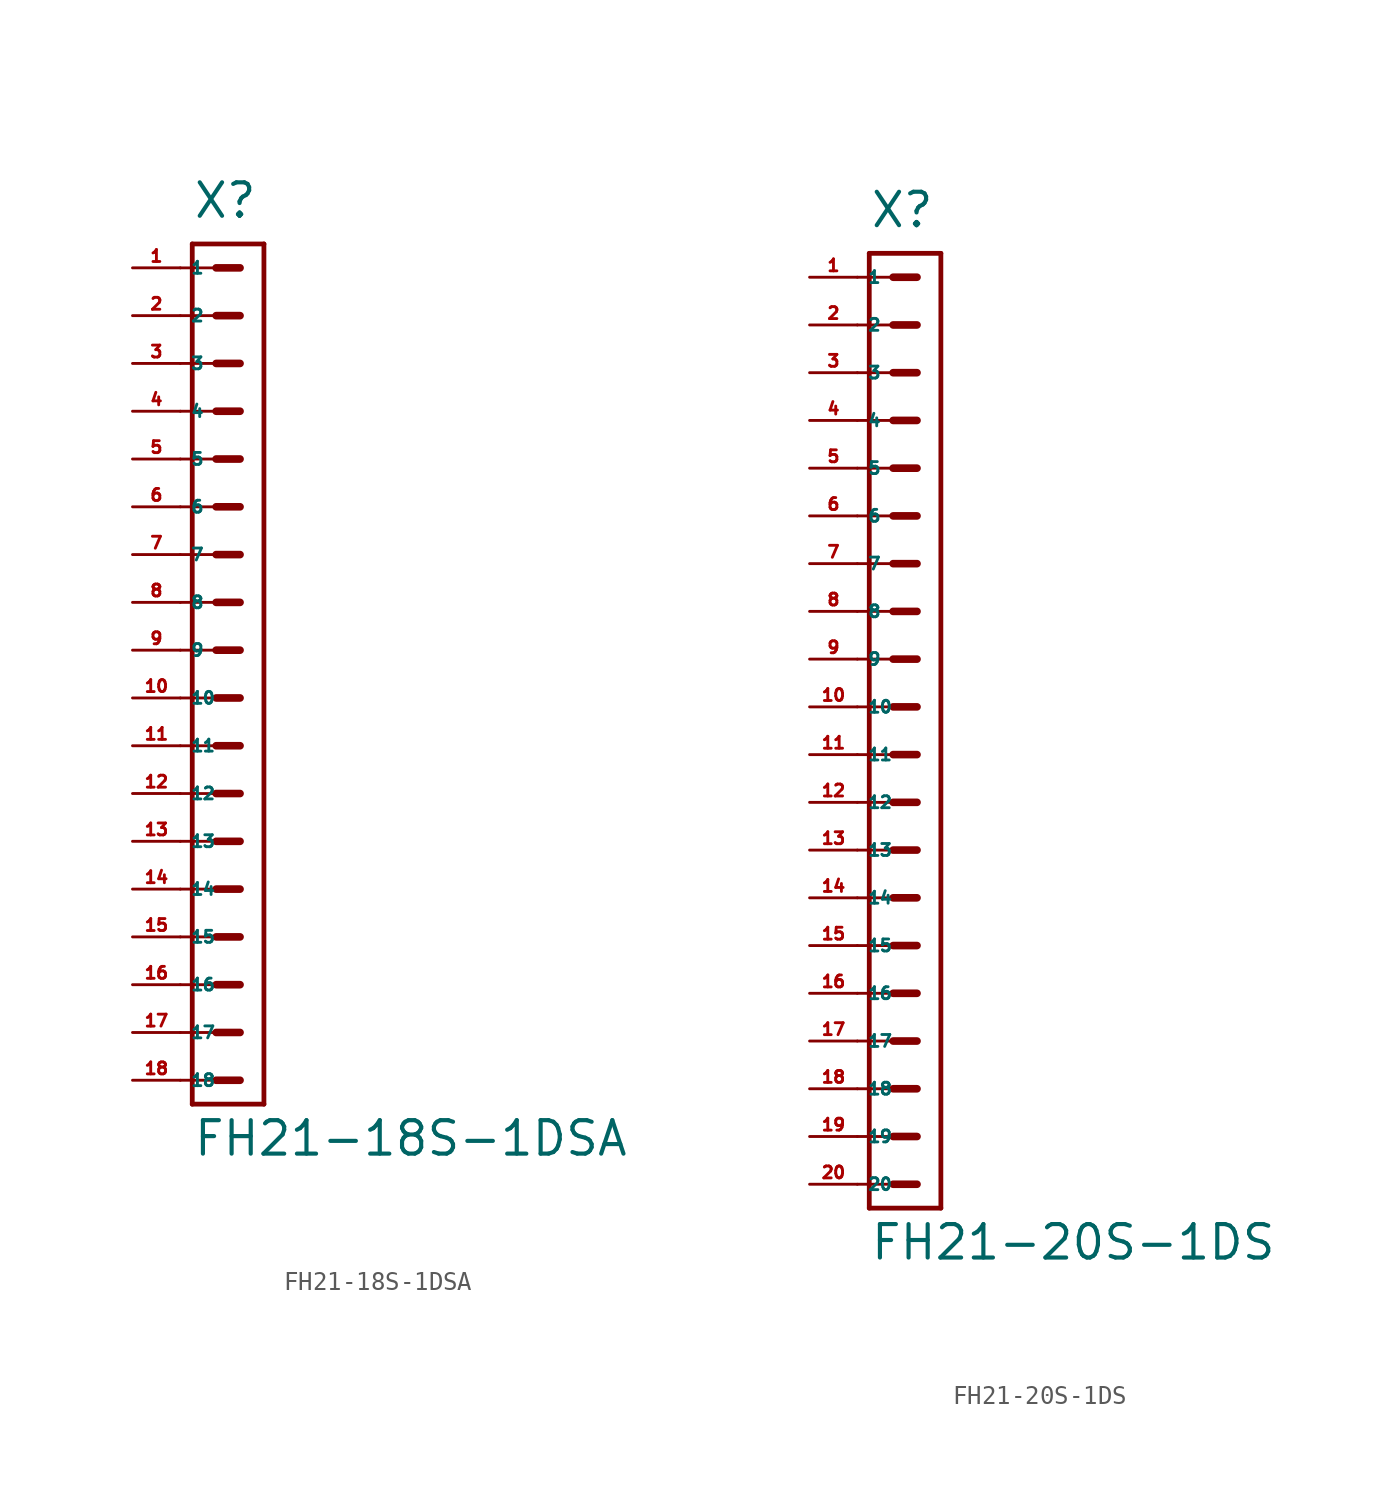
<source format=kicad_sym>
(kicad_symbol_lib
  (version 20220914)
  (generator Eagle2Kicad)
  (symbol "FH21-18S-1DSA"
    (property "Reference" "X"
      (at -1.905 22.86 0)
      (effects (font (size 1.778 1.778) (thickness 0.22)) (justify left bottom)))
    (property "Value" "FH21-18S-1DSA"
      (at -1.905 -26.988 0)
      (effects (font (size 1.778 1.778) (thickness 0.22)) (justify left bottom)))
    (polyline
      (pts (xy 1.905 21.59) (xy -1.905 21.59))
      (stroke (width 0.254) (type default))
      (fill (type none)))
    (polyline
      (pts (xy -1.905 -24.13) (xy -1.905 21.59))
      (stroke (width 0.254) (type default))
      (fill (type none)))
    (polyline
      (pts (xy -1.905 -24.13) (xy 1.905 -24.13))
      (stroke (width 0.254) (type default))
      (fill (type none)))
    (polyline
      (pts (xy 1.905 21.59) (xy 1.905 -24.13))
      (stroke (width 0.254) (type default))
      (fill (type none)))
    (polyline
      (pts (xy -2.54 20.32) (xy -0.635 20.32))
      (stroke (width 0.152) (type default))
      (fill (type none)))
    (polyline
      (pts (xy -2.54 17.78) (xy -0.635 17.78))
      (stroke (width 0.152) (type default))
      (fill (type none)))
    (polyline
      (pts (xy -2.54 15.24) (xy -0.635 15.24))
      (stroke (width 0.152) (type default))
      (fill (type none)))
    (polyline
      (pts (xy -2.54 12.7) (xy -0.635 12.7))
      (stroke (width 0.152) (type default))
      (fill (type none)))
    (polyline
      (pts (xy -2.54 10.16) (xy -0.635 10.16))
      (stroke (width 0.152) (type default))
      (fill (type none)))
    (polyline
      (pts (xy -2.54 7.62) (xy -0.635 7.62))
      (stroke (width 0.152) (type default))
      (fill (type none)))
    (polyline
      (pts (xy -0.635 20.32) (xy 0.635 20.32))
      (stroke (width 0.406) (type default))
      (fill (type none)))
    (polyline
      (pts (xy -0.635 17.78) (xy 0.635 17.78))
      (stroke (width 0.406) (type default))
      (fill (type none)))
    (polyline
      (pts (xy -0.635 15.24) (xy 0.635 15.24))
      (stroke (width 0.406) (type default))
      (fill (type none)))
    (polyline
      (pts (xy -0.635 12.7) (xy 0.635 12.7))
      (stroke (width 0.406) (type default))
      (fill (type none)))
    (polyline
      (pts (xy -0.635 10.16) (xy 0.635 10.16))
      (stroke (width 0.406) (type default))
      (fill (type none)))
    (polyline
      (pts (xy -0.635 7.62) (xy 0.635 7.62))
      (stroke (width 0.406) (type default))
      (fill (type none)))
    (polyline
      (pts (xy -2.54 5.08) (xy -0.635 5.08))
      (stroke (width 0.152) (type default))
      (fill (type none)))
    (polyline
      (pts (xy -2.54 2.54) (xy -0.635 2.54))
      (stroke (width 0.152) (type default))
      (fill (type none)))
    (polyline
      (pts (xy -0.635 5.08) (xy 0.635 5.08))
      (stroke (width 0.406) (type default))
      (fill (type none)))
    (polyline
      (pts (xy -0.635 2.54) (xy 0.635 2.54))
      (stroke (width 0.406) (type default))
      (fill (type none)))
    (polyline
      (pts (xy -2.54 0) (xy -0.635 0))
      (stroke (width 0.152) (type default))
      (fill (type none)))
    (polyline
      (pts (xy -2.54 -2.54) (xy -0.635 -2.54))
      (stroke (width 0.152) (type default))
      (fill (type none)))
    (polyline
      (pts (xy -0.635 0) (xy 0.635 0))
      (stroke (width 0.406) (type default))
      (fill (type none)))
    (polyline
      (pts (xy -0.635 -2.54) (xy 0.635 -2.54))
      (stroke (width 0.406) (type default))
      (fill (type none)))
    (polyline
      (pts (xy -2.54 -5.08) (xy -0.635 -5.08))
      (stroke (width 0.152) (type default))
      (fill (type none)))
    (polyline
      (pts (xy -2.54 -7.62) (xy -0.635 -7.62))
      (stroke (width 0.152) (type default))
      (fill (type none)))
    (polyline
      (pts (xy -0.635 -5.08) (xy 0.635 -5.08))
      (stroke (width 0.406) (type default))
      (fill (type none)))
    (polyline
      (pts (xy -0.635 -7.62) (xy 0.635 -7.62))
      (stroke (width 0.406) (type default))
      (fill (type none)))
    (polyline
      (pts (xy -2.54 -10.16) (xy -0.635 -10.16))
      (stroke (width 0.152) (type default))
      (fill (type none)))
    (polyline
      (pts (xy -2.54 -12.7) (xy -0.635 -12.7))
      (stroke (width 0.152) (type default))
      (fill (type none)))
    (polyline
      (pts (xy -0.635 -10.16) (xy 0.635 -10.16))
      (stroke (width 0.406) (type default))
      (fill (type none)))
    (polyline
      (pts (xy -0.635 -12.7) (xy 0.635 -12.7))
      (stroke (width 0.406) (type default))
      (fill (type none)))
    (polyline
      (pts (xy -2.54 -15.24) (xy -0.635 -15.24))
      (stroke (width 0.152) (type default))
      (fill (type none)))
    (polyline
      (pts (xy -2.54 -17.78) (xy -0.635 -17.78))
      (stroke (width 0.152) (type default))
      (fill (type none)))
    (polyline
      (pts (xy -0.635 -15.24) (xy 0.635 -15.24))
      (stroke (width 0.406) (type default))
      (fill (type none)))
    (polyline
      (pts (xy -0.635 -17.78) (xy 0.635 -17.78))
      (stroke (width 0.406) (type default))
      (fill (type none)))
    (polyline
      (pts (xy -2.54 -20.32) (xy -0.635 -20.32))
      (stroke (width 0.152) (type default))
      (fill (type none)))
    (polyline
      (pts (xy -2.54 -22.86) (xy -0.635 -22.86))
      (stroke (width 0.152) (type default))
      (fill (type none)))
    (polyline
      (pts (xy -0.635 -20.32) (xy 0.635 -20.32))
      (stroke (width 0.406) (type default))
      (fill (type none)))
    (polyline
      (pts (xy -0.635 -22.86) (xy 0.635 -22.86))
      (stroke (width 0.406) (type default))
      (fill (type none)))
    (pin passive line
      (at -5.08 20.32 0)
      (length 2.54)
      (name "1" (effects (font (size 0.635 0.635) (thickness 0.08)) (justify left bottom)))
      (number "1" (effects (font (size 0.635 0.635) (thickness 0.08)) (justify left bottom))))
    (pin passive line
      (at -5.08 17.78 0)
      (length 2.54)
      (name "2" (effects (font (size 0.635 0.635) (thickness 0.08)) (justify left bottom)))
      (number "2" (effects (font (size 0.635 0.635) (thickness 0.08)) (justify left bottom))))
    (pin passive line
      (at -5.08 15.24 0)
      (length 2.54)
      (name "3" (effects (font (size 0.635 0.635) (thickness 0.08)) (justify left bottom)))
      (number "3" (effects (font (size 0.635 0.635) (thickness 0.08)) (justify left bottom))))
    (pin passive line
      (at -5.08 12.7 0)
      (length 2.54)
      (name "4" (effects (font (size 0.635 0.635) (thickness 0.08)) (justify left bottom)))
      (number "4" (effects (font (size 0.635 0.635) (thickness 0.08)) (justify left bottom))))
    (pin passive line
      (at -5.08 10.16 0)
      (length 2.54)
      (name "5" (effects (font (size 0.635 0.635) (thickness 0.08)) (justify left bottom)))
      (number "5" (effects (font (size 0.635 0.635) (thickness 0.08)) (justify left bottom))))
    (pin passive line
      (at -5.08 7.62 0)
      (length 2.54)
      (name "6" (effects (font (size 0.635 0.635) (thickness 0.08)) (justify left bottom)))
      (number "6" (effects (font (size 0.635 0.635) (thickness 0.08)) (justify left bottom))))
    (pin passive line
      (at -5.08 5.08 0)
      (length 2.54)
      (name "7" (effects (font (size 0.635 0.635) (thickness 0.08)) (justify left bottom)))
      (number "7" (effects (font (size 0.635 0.635) (thickness 0.08)) (justify left bottom))))
    (pin passive line
      (at -5.08 2.54 0)
      (length 2.54)
      (name "8" (effects (font (size 0.635 0.635) (thickness 0.08)) (justify left bottom)))
      (number "8" (effects (font (size 0.635 0.635) (thickness 0.08)) (justify left bottom))))
    (pin passive line
      (at -5.08 0 0)
      (length 2.54)
      (name "9" (effects (font (size 0.635 0.635) (thickness 0.08)) (justify left bottom)))
      (number "9" (effects (font (size 0.635 0.635) (thickness 0.08)) (justify left bottom))))
    (pin passive line
      (at -5.08 -2.54 0)
      (length 2.54)
      (name "10" (effects (font (size 0.635 0.635) (thickness 0.08)) (justify left bottom)))
      (number "10" (effects (font (size 0.635 0.635) (thickness 0.08)) (justify left bottom))))
    (pin passive line
      (at -5.08 -5.08 0)
      (length 2.54)
      (name "11" (effects (font (size 0.635 0.635) (thickness 0.08)) (justify left bottom)))
      (number "11" (effects (font (size 0.635 0.635) (thickness 0.08)) (justify left bottom))))
    (pin passive line
      (at -5.08 -7.62 0)
      (length 2.54)
      (name "12" (effects (font (size 0.635 0.635) (thickness 0.08)) (justify left bottom)))
      (number "12" (effects (font (size 0.635 0.635) (thickness 0.08)) (justify left bottom))))
    (pin passive line
      (at -5.08 -10.16 0)
      (length 2.54)
      (name "13" (effects (font (size 0.635 0.635) (thickness 0.08)) (justify left bottom)))
      (number "13" (effects (font (size 0.635 0.635) (thickness 0.08)) (justify left bottom))))
    (pin passive line
      (at -5.08 -12.7 0)
      (length 2.54)
      (name "14" (effects (font (size 0.635 0.635) (thickness 0.08)) (justify left bottom)))
      (number "14" (effects (font (size 0.635 0.635) (thickness 0.08)) (justify left bottom))))
    (pin passive line
      (at -5.08 -15.24 0)
      (length 2.54)
      (name "15" (effects (font (size 0.635 0.635) (thickness 0.08)) (justify left bottom)))
      (number "15" (effects (font (size 0.635 0.635) (thickness 0.08)) (justify left bottom))))
    (pin passive line
      (at -5.08 -17.78 0)
      (length 2.54)
      (name "16" (effects (font (size 0.635 0.635) (thickness 0.08)) (justify left bottom)))
      (number "16" (effects (font (size 0.635 0.635) (thickness 0.08)) (justify left bottom))))
    (pin passive line
      (at -5.08 -20.32 0)
      (length 2.54)
      (name "17" (effects (font (size 0.635 0.635) (thickness 0.08)) (justify left bottom)))
      (number "17" (effects (font (size 0.635 0.635) (thickness 0.08)) (justify left bottom))))
    (pin passive line
      (at -5.08 -22.86 0)
      (length 2.54)
      (name "18" (effects (font (size 0.635 0.635) (thickness 0.08)) (justify left bottom)))
      (number "18" (effects (font (size 0.635 0.635) (thickness 0.08)) (justify left bottom)))))
  (symbol "FH21-20S-1DS"
    (property "Reference" "X"
      (at -1.905 25.4 0)
      (effects (font (size 1.778 1.778) (thickness 0.22)) (justify left bottom)))
    (property "Value" "FH21-20S-1DS"
      (at -1.905 -29.527 0)
      (effects (font (size 1.778 1.778) (thickness 0.22)) (justify left bottom)))
    (polyline
      (pts (xy 1.905 24.13) (xy -1.905 24.13))
      (stroke (width 0.254) (type default))
      (fill (type none)))
    (polyline
      (pts (xy -1.905 -26.67) (xy -1.905 24.13))
      (stroke (width 0.254) (type default))
      (fill (type none)))
    (polyline
      (pts (xy -1.905 -26.67) (xy 1.905 -26.67))
      (stroke (width 0.254) (type default))
      (fill (type none)))
    (polyline
      (pts (xy 1.905 24.13) (xy 1.905 -26.67))
      (stroke (width 0.254) (type default))
      (fill (type none)))
    (polyline
      (pts (xy -2.54 22.86) (xy -0.635 22.86))
      (stroke (width 0.152) (type default))
      (fill (type none)))
    (polyline
      (pts (xy -2.54 20.32) (xy -0.635 20.32))
      (stroke (width 0.152) (type default))
      (fill (type none)))
    (polyline
      (pts (xy -2.54 17.78) (xy -0.635 17.78))
      (stroke (width 0.152) (type default))
      (fill (type none)))
    (polyline
      (pts (xy -2.54 15.24) (xy -0.635 15.24))
      (stroke (width 0.152) (type default))
      (fill (type none)))
    (polyline
      (pts (xy -2.54 12.7) (xy -0.635 12.7))
      (stroke (width 0.152) (type default))
      (fill (type none)))
    (polyline
      (pts (xy -2.54 10.16) (xy -0.635 10.16))
      (stroke (width 0.152) (type default))
      (fill (type none)))
    (polyline
      (pts (xy -0.635 22.86) (xy 0.635 22.86))
      (stroke (width 0.406) (type default))
      (fill (type none)))
    (polyline
      (pts (xy -0.635 20.32) (xy 0.635 20.32))
      (stroke (width 0.406) (type default))
      (fill (type none)))
    (polyline
      (pts (xy -0.635 17.78) (xy 0.635 17.78))
      (stroke (width 0.406) (type default))
      (fill (type none)))
    (polyline
      (pts (xy -0.635 15.24) (xy 0.635 15.24))
      (stroke (width 0.406) (type default))
      (fill (type none)))
    (polyline
      (pts (xy -0.635 12.7) (xy 0.635 12.7))
      (stroke (width 0.406) (type default))
      (fill (type none)))
    (polyline
      (pts (xy -0.635 10.16) (xy 0.635 10.16))
      (stroke (width 0.406) (type default))
      (fill (type none)))
    (polyline
      (pts (xy -2.54 7.62) (xy -0.635 7.62))
      (stroke (width 0.152) (type default))
      (fill (type none)))
    (polyline
      (pts (xy -2.54 5.08) (xy -0.635 5.08))
      (stroke (width 0.152) (type default))
      (fill (type none)))
    (polyline
      (pts (xy -0.635 7.62) (xy 0.635 7.62))
      (stroke (width 0.406) (type default))
      (fill (type none)))
    (polyline
      (pts (xy -0.635 5.08) (xy 0.635 5.08))
      (stroke (width 0.406) (type default))
      (fill (type none)))
    (polyline
      (pts (xy -2.54 2.54) (xy -0.635 2.54))
      (stroke (width 0.152) (type default))
      (fill (type none)))
    (polyline
      (pts (xy -2.54 0) (xy -0.635 0))
      (stroke (width 0.152) (type default))
      (fill (type none)))
    (polyline
      (pts (xy -0.635 2.54) (xy 0.635 2.54))
      (stroke (width 0.406) (type default))
      (fill (type none)))
    (polyline
      (pts (xy -0.635 0) (xy 0.635 0))
      (stroke (width 0.406) (type default))
      (fill (type none)))
    (polyline
      (pts (xy -2.54 -2.54) (xy -0.635 -2.54))
      (stroke (width 0.152) (type default))
      (fill (type none)))
    (polyline
      (pts (xy -2.54 -5.08) (xy -0.635 -5.08))
      (stroke (width 0.152) (type default))
      (fill (type none)))
    (polyline
      (pts (xy -0.635 -2.54) (xy 0.635 -2.54))
      (stroke (width 0.406) (type default))
      (fill (type none)))
    (polyline
      (pts (xy -0.635 -5.08) (xy 0.635 -5.08))
      (stroke (width 0.406) (type default))
      (fill (type none)))
    (polyline
      (pts (xy -2.54 -7.62) (xy -0.635 -7.62))
      (stroke (width 0.152) (type default))
      (fill (type none)))
    (polyline
      (pts (xy -2.54 -10.16) (xy -0.635 -10.16))
      (stroke (width 0.152) (type default))
      (fill (type none)))
    (polyline
      (pts (xy -0.635 -7.62) (xy 0.635 -7.62))
      (stroke (width 0.406) (type default))
      (fill (type none)))
    (polyline
      (pts (xy -0.635 -10.16) (xy 0.635 -10.16))
      (stroke (width 0.406) (type default))
      (fill (type none)))
    (polyline
      (pts (xy -2.54 -12.7) (xy -0.635 -12.7))
      (stroke (width 0.152) (type default))
      (fill (type none)))
    (polyline
      (pts (xy -2.54 -15.24) (xy -0.635 -15.24))
      (stroke (width 0.152) (type default))
      (fill (type none)))
    (polyline
      (pts (xy -0.635 -12.7) (xy 0.635 -12.7))
      (stroke (width 0.406) (type default))
      (fill (type none)))
    (polyline
      (pts (xy -0.635 -15.24) (xy 0.635 -15.24))
      (stroke (width 0.406) (type default))
      (fill (type none)))
    (polyline
      (pts (xy -2.54 -17.78) (xy -0.635 -17.78))
      (stroke (width 0.152) (type default))
      (fill (type none)))
    (polyline
      (pts (xy -2.54 -20.32) (xy -0.635 -20.32))
      (stroke (width 0.152) (type default))
      (fill (type none)))
    (polyline
      (pts (xy -0.635 -17.78) (xy 0.635 -17.78))
      (stroke (width 0.406) (type default))
      (fill (type none)))
    (polyline
      (pts (xy -0.635 -20.32) (xy 0.635 -20.32))
      (stroke (width 0.406) (type default))
      (fill (type none)))
    (polyline
      (pts (xy -2.54 -22.86) (xy -0.635 -22.86))
      (stroke (width 0.152) (type default))
      (fill (type none)))
    (polyline
      (pts (xy -2.54 -25.4) (xy -0.635 -25.4))
      (stroke (width 0.152) (type default))
      (fill (type none)))
    (polyline
      (pts (xy -0.635 -22.86) (xy 0.635 -22.86))
      (stroke (width 0.406) (type default))
      (fill (type none)))
    (polyline
      (pts (xy -0.635 -25.4) (xy 0.635 -25.4))
      (stroke (width 0.406) (type default))
      (fill (type none)))
    (pin passive line
      (at -5.08 22.86 0)
      (length 2.54)
      (name "1" (effects (font (size 0.635 0.635) (thickness 0.08)) (justify left bottom)))
      (number "1" (effects (font (size 0.635 0.635) (thickness 0.08)) (justify left bottom))))
    (pin passive line
      (at -5.08 20.32 0)
      (length 2.54)
      (name "2" (effects (font (size 0.635 0.635) (thickness 0.08)) (justify left bottom)))
      (number "2" (effects (font (size 0.635 0.635) (thickness 0.08)) (justify left bottom))))
    (pin passive line
      (at -5.08 17.78 0)
      (length 2.54)
      (name "3" (effects (font (size 0.635 0.635) (thickness 0.08)) (justify left bottom)))
      (number "3" (effects (font (size 0.635 0.635) (thickness 0.08)) (justify left bottom))))
    (pin passive line
      (at -5.08 15.24 0)
      (length 2.54)
      (name "4" (effects (font (size 0.635 0.635) (thickness 0.08)) (justify left bottom)))
      (number "4" (effects (font (size 0.635 0.635) (thickness 0.08)) (justify left bottom))))
    (pin passive line
      (at -5.08 12.7 0)
      (length 2.54)
      (name "5" (effects (font (size 0.635 0.635) (thickness 0.08)) (justify left bottom)))
      (number "5" (effects (font (size 0.635 0.635) (thickness 0.08)) (justify left bottom))))
    (pin passive line
      (at -5.08 10.16 0)
      (length 2.54)
      (name "6" (effects (font (size 0.635 0.635) (thickness 0.08)) (justify left bottom)))
      (number "6" (effects (font (size 0.635 0.635) (thickness 0.08)) (justify left bottom))))
    (pin passive line
      (at -5.08 7.62 0)
      (length 2.54)
      (name "7" (effects (font (size 0.635 0.635) (thickness 0.08)) (justify left bottom)))
      (number "7" (effects (font (size 0.635 0.635) (thickness 0.08)) (justify left bottom))))
    (pin passive line
      (at -5.08 5.08 0)
      (length 2.54)
      (name "8" (effects (font (size 0.635 0.635) (thickness 0.08)) (justify left bottom)))
      (number "8" (effects (font (size 0.635 0.635) (thickness 0.08)) (justify left bottom))))
    (pin passive line
      (at -5.08 2.54 0)
      (length 2.54)
      (name "9" (effects (font (size 0.635 0.635) (thickness 0.08)) (justify left bottom)))
      (number "9" (effects (font (size 0.635 0.635) (thickness 0.08)) (justify left bottom))))
    (pin passive line
      (at -5.08 0 0)
      (length 2.54)
      (name "10" (effects (font (size 0.635 0.635) (thickness 0.08)) (justify left bottom)))
      (number "10" (effects (font (size 0.635 0.635) (thickness 0.08)) (justify left bottom))))
    (pin passive line
      (at -5.08 -2.54 0)
      (length 2.54)
      (name "11" (effects (font (size 0.635 0.635) (thickness 0.08)) (justify left bottom)))
      (number "11" (effects (font (size 0.635 0.635) (thickness 0.08)) (justify left bottom))))
    (pin passive line
      (at -5.08 -5.08 0)
      (length 2.54)
      (name "12" (effects (font (size 0.635 0.635) (thickness 0.08)) (justify left bottom)))
      (number "12" (effects (font (size 0.635 0.635) (thickness 0.08)) (justify left bottom))))
    (pin passive line
      (at -5.08 -7.62 0)
      (length 2.54)
      (name "13" (effects (font (size 0.635 0.635) (thickness 0.08)) (justify left bottom)))
      (number "13" (effects (font (size 0.635 0.635) (thickness 0.08)) (justify left bottom))))
    (pin passive line
      (at -5.08 -10.16 0)
      (length 2.54)
      (name "14" (effects (font (size 0.635 0.635) (thickness 0.08)) (justify left bottom)))
      (number "14" (effects (font (size 0.635 0.635) (thickness 0.08)) (justify left bottom))))
    (pin passive line
      (at -5.08 -12.7 0)
      (length 2.54)
      (name "15" (effects (font (size 0.635 0.635) (thickness 0.08)) (justify left bottom)))
      (number "15" (effects (font (size 0.635 0.635) (thickness 0.08)) (justify left bottom))))
    (pin passive line
      (at -5.08 -15.24 0)
      (length 2.54)
      (name "16" (effects (font (size 0.635 0.635) (thickness 0.08)) (justify left bottom)))
      (number "16" (effects (font (size 0.635 0.635) (thickness 0.08)) (justify left bottom))))
    (pin passive line
      (at -5.08 -17.78 0)
      (length 2.54)
      (name "17" (effects (font (size 0.635 0.635) (thickness 0.08)) (justify left bottom)))
      (number "17" (effects (font (size 0.635 0.635) (thickness 0.08)) (justify left bottom))))
    (pin passive line
      (at -5.08 -20.32 0)
      (length 2.54)
      (name "18" (effects (font (size 0.635 0.635) (thickness 0.08)) (justify left bottom)))
      (number "18" (effects (font (size 0.635 0.635) (thickness 0.08)) (justify left bottom))))
    (pin passive line
      (at -5.08 -22.86 0)
      (length 2.54)
      (name "19" (effects (font (size 0.635 0.635) (thickness 0.08)) (justify left bottom)))
      (number "19" (effects (font (size 0.635 0.635) (thickness 0.08)) (justify left bottom))))
    (pin passive line
      (at -5.08 -25.4 0)
      (length 2.54)
      (name "20" (effects (font (size 0.635 0.635) (thickness 0.08)) (justify left bottom)))
      (number "20" (effects (font (size 0.635 0.635) (thickness 0.08)) (justify left bottom))))))
</source>
